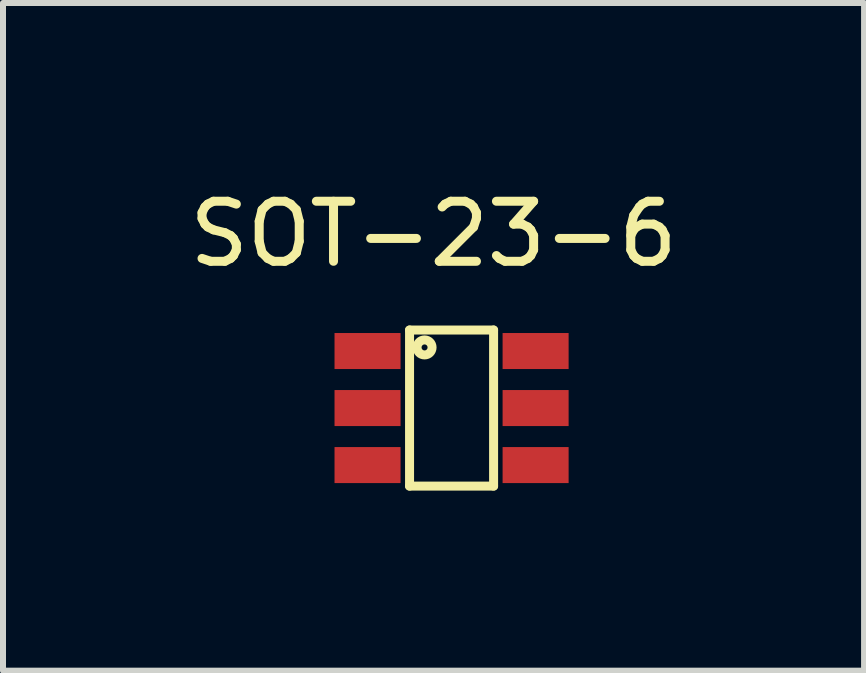
<source format=kicad_pcb>
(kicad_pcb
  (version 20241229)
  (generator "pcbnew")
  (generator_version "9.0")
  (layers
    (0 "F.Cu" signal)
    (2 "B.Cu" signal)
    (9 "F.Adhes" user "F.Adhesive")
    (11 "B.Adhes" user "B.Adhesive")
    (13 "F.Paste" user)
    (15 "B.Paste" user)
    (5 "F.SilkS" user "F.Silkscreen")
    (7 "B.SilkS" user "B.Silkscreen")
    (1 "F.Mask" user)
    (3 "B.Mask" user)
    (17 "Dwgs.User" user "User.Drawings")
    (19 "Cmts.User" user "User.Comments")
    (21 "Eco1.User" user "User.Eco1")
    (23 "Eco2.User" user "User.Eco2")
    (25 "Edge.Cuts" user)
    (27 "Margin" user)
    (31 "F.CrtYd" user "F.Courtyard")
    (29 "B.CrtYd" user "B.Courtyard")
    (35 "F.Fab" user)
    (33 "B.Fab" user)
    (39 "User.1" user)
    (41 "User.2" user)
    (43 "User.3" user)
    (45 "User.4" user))
  (footprint "SOT-23-6"
    (layer "F.Cu")
    (at 4.463 3.748)
    (property "Reference" "SOT-23-6" (at -0.29 -2.9 0) (layer "F.SilkS") (effects (font (size 1 1) (thickness 0.15))))
    (attr smd)
    (fp_line (start -0.69 -1.3) (end 0.71 -1.3) (stroke (width 0.15) (type solid)) (layer "F.SilkS"))
    (fp_line (start -0.69 1.3) (end -0.69 -1.3) (stroke (width 0.15) (type solid)) (layer "F.SilkS"))
    (fp_line (start 0.71 -1.3) (end 0.71 1.3) (stroke (width 0.15) (type solid)) (layer "F.SilkS"))
    (fp_line (start 0.71 1.3) (end -0.69 1.3) (stroke (width 0.15) (type solid)) (layer "F.SilkS"))
    (fp_circle (center -0.44 -1.01) (end -0.41 -0.97) (stroke (width 0.15) (type solid)) (fill no) (layer "F.SilkS"))
    (pad "1" smd rect (at -1.39 -0.95) (size 1.1 0.6) (layers "F.Cu" "F.Mask" "F.Paste"))
    (pad "2" smd rect (at -1.39 0) (size 1.1 0.6) (layers "F.Cu" "F.Mask" "F.Paste"))
    (pad "3" smd rect (at -1.39 0.95) (size 1.1 0.6) (layers "F.Cu" "F.Mask" "F.Paste"))
    (pad "4" smd rect (at 1.41 0.95) (size 1.1 0.6) (layers "F.Cu" "F.Mask" "F.Paste"))
    (pad "5" smd rect (at 1.41 0) (size 1.1 0.6) (layers "F.Cu" "F.Mask" "F.Paste"))
    (pad "6" smd rect (at 1.41 -0.95) (size 1.1 0.6) (layers "F.Cu" "F.Mask" "F.Paste")))
  (gr_rect
    (start -3 -3)
    (end 11.345 8.123)
    (stroke (width 0.1) (type default))
    (fill no)
    (layer "Edge.Cuts")))
</source>
